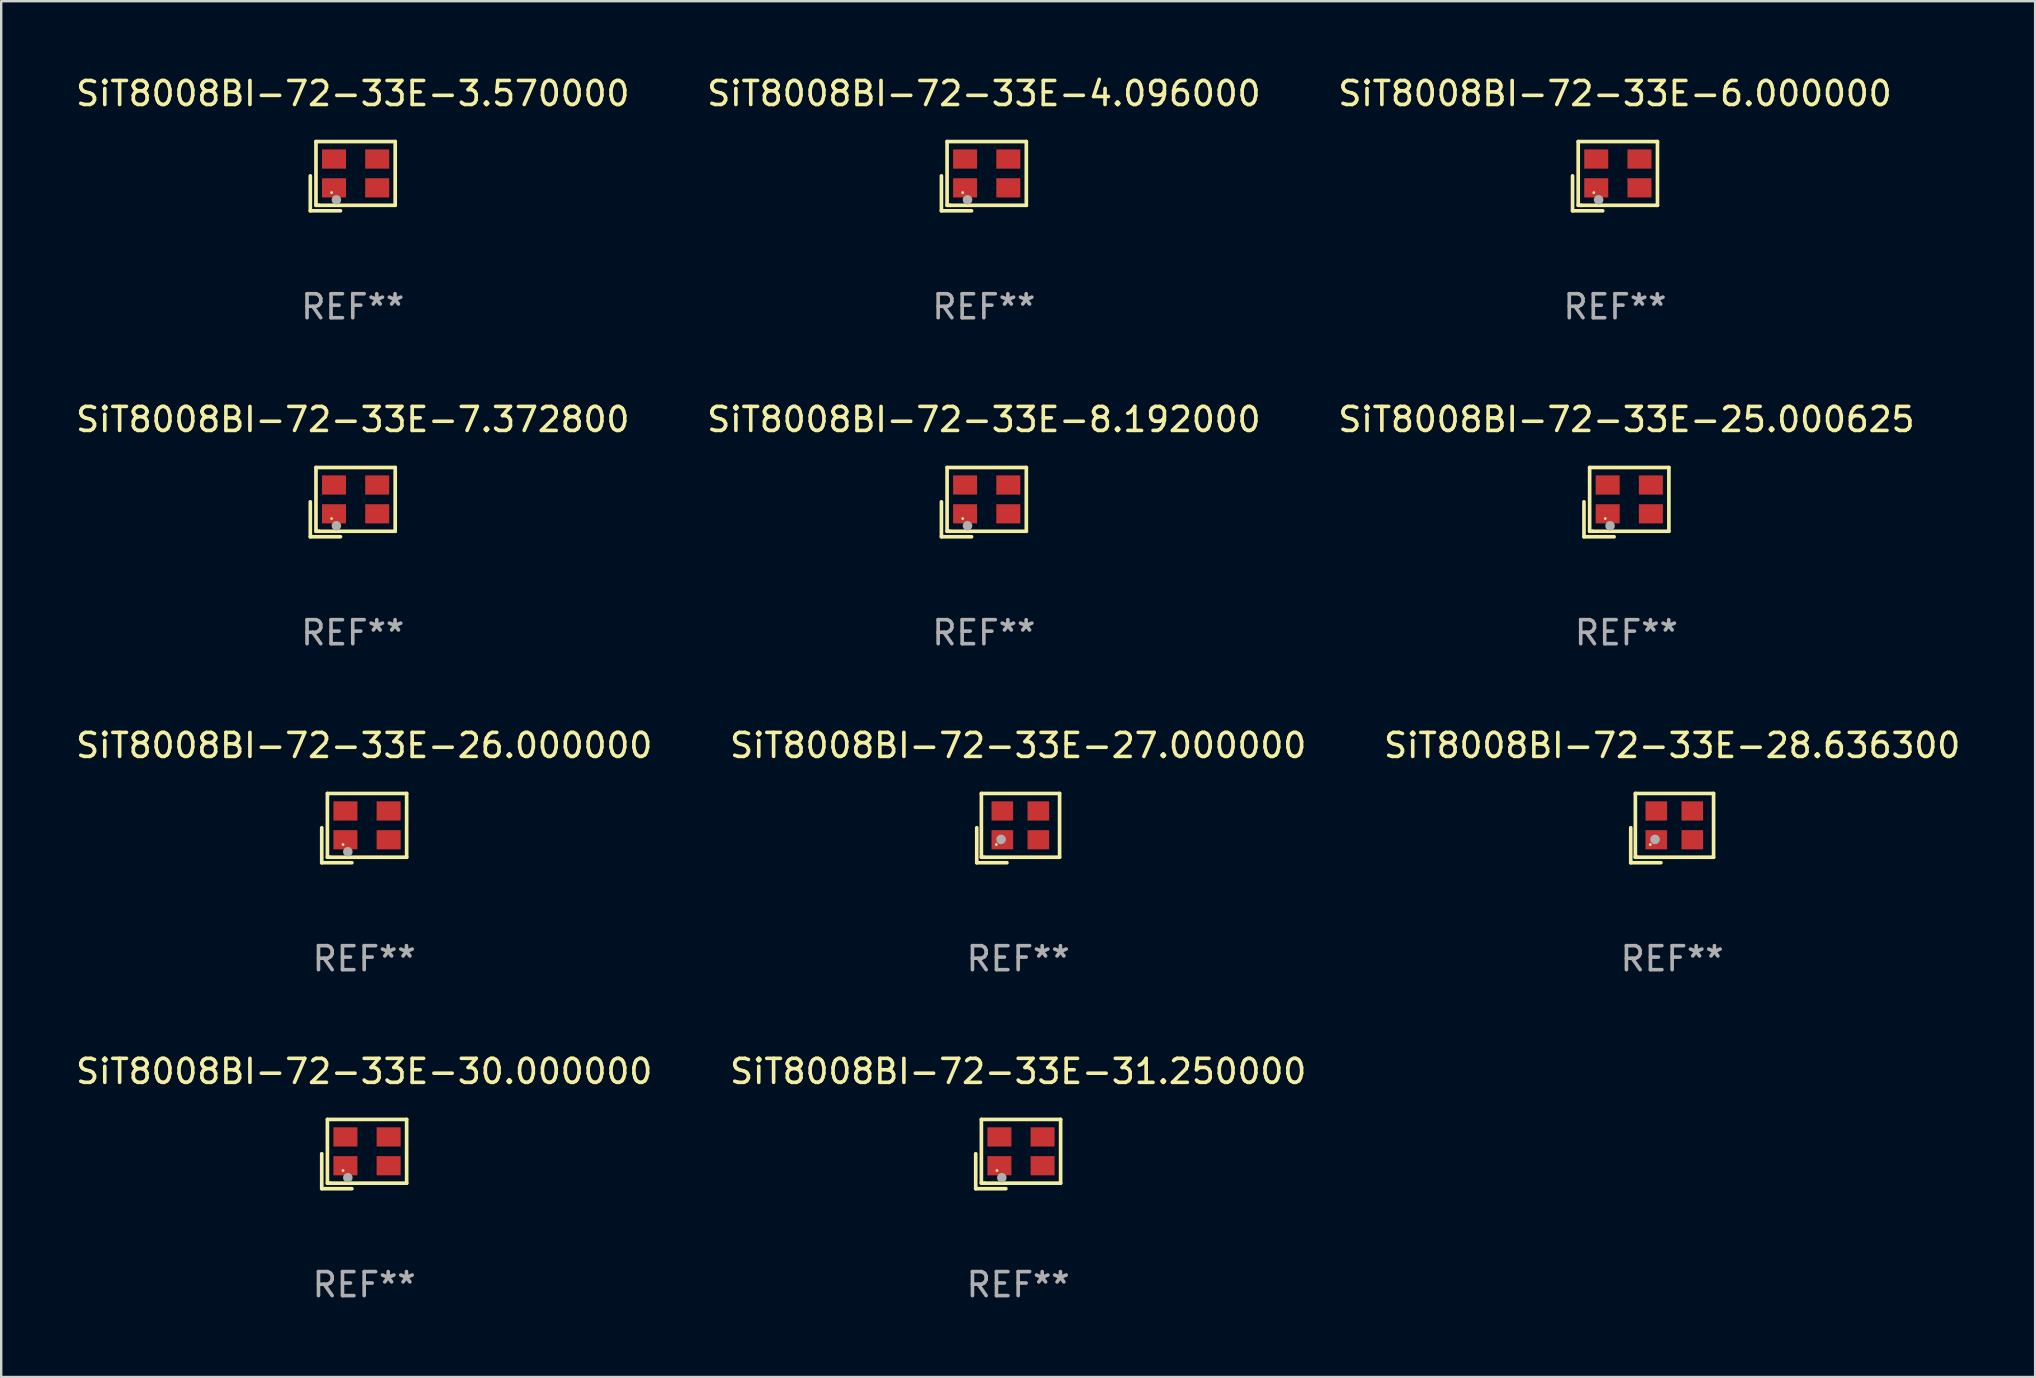
<source format=kicad_pcb>
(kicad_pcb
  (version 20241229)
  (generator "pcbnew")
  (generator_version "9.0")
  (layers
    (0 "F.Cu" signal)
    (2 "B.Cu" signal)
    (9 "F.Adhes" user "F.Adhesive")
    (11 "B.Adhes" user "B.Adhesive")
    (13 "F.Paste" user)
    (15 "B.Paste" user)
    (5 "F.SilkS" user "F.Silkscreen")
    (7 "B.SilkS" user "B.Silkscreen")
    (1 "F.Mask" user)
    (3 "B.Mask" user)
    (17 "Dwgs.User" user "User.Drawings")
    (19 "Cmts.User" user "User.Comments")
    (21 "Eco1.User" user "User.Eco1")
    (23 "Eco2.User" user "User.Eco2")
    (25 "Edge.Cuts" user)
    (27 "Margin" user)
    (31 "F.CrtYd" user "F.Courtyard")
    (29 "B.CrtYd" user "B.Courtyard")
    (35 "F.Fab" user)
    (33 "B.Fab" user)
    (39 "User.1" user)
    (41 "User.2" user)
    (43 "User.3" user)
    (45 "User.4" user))
  (footprint "SiT8008BI-72-33E-30.000000"
    (layer "F.Cu")
    (at 12.125 45.037)
    (property "Reference" "SiT8008BI-72-33E-30.000000" (at 0 -3.443 0) (layer "F.SilkS") (effects (font (size 1 1) (thickness 0.15))))
    (attr through_hole)
    (fp_line (start -1.769 -0.014) (end -1.769 1.443) (stroke (width 0.152) (type solid)) (layer "F.SilkS"))
    (fp_line (start -1.769 1.443) (end -0.512 1.443) (stroke (width 0.152) (type solid)) (layer "F.SilkS"))
    (fp_line (start -1.533 -1.443) (end 1.769 -1.443) (stroke (width 0.152) (type solid)) (layer "F.SilkS"))
    (fp_line (start -1.533 1.214) (end -1.533 -1.443) (stroke (width 0.152) (type solid)) (layer "F.SilkS"))
    (fp_line (start -1.411 1.214) (end -1.533 1.214) (stroke (width 0.152) (type solid)) (layer "F.SilkS"))
    (fp_line (start 1.769 -1.443) (end 1.769 1.214) (stroke (width 0.152) (type solid)) (layer "F.SilkS"))
    (fp_line (start 1.769 1.214) (end -1.411 1.214) (stroke (width 0.152) (type solid)) (layer "F.SilkS"))
    (fp_circle (center -0.882 0.686) (end -0.852 0.686) (stroke (width 0.06) (type solid)) (fill no) (layer "F.SilkS"))
    (fp_circle (center -0.682 0.986) (end -0.582 0.986) (stroke (width 0.2) (type solid)) (fill no) (layer "F.Fab"))
    (fp_text user "REF**" (at 0 5.443 0) (layer "F.Fab") (effects (font (size 1 1) (thickness 0.15))))
    (pad "1" smd rect (at -0.782 0.486 90) (size 0.8 1) (layers "F.Cu" "F.Mask" "F.Paste"))
    (pad "2" smd rect (at 1.018 0.486 90) (size 0.8 1) (layers "F.Cu" "F.Mask" "F.Paste"))
    (pad "3" smd rect (at 1.018 -0.714 90) (size 0.8 1) (layers "F.Cu" "F.Mask" "F.Paste"))
    (pad "4" smd rect (at -0.782 -0.714 90) (size 0.8 1) (layers "F.Cu" "F.Mask" "F.Paste")))
  (footprint "SiT8008BI-72-33E-4.096000"
    (layer "F.Cu")
    (at 37.946 4.291)
    (property "Reference" "SiT8008BI-72-33E-4.096000" (at 0 -3.443 0) (layer "F.SilkS") (effects (font (size 1 1) (thickness 0.15))))
    (attr through_hole)
    (fp_line (start -1.769 -0.014) (end -1.769 1.443) (stroke (width 0.152) (type solid)) (layer "F.SilkS"))
    (fp_line (start -1.769 1.443) (end -0.512 1.443) (stroke (width 0.152) (type solid)) (layer "F.SilkS"))
    (fp_line (start -1.533 -1.443) (end 1.769 -1.443) (stroke (width 0.152) (type solid)) (layer "F.SilkS"))
    (fp_line (start -1.533 1.214) (end -1.533 -1.443) (stroke (width 0.152) (type solid)) (layer "F.SilkS"))
    (fp_line (start -1.411 1.214) (end -1.533 1.214) (stroke (width 0.152) (type solid)) (layer "F.SilkS"))
    (fp_line (start 1.769 -1.443) (end 1.769 1.214) (stroke (width 0.152) (type solid)) (layer "F.SilkS"))
    (fp_line (start 1.769 1.214) (end -1.411 1.214) (stroke (width 0.152) (type solid)) (layer "F.SilkS"))
    (fp_circle (center -0.882 0.686) (end -0.852 0.686) (stroke (width 0.06) (type solid)) (fill no) (layer "F.SilkS"))
    (fp_circle (center -0.682 0.986) (end -0.582 0.986) (stroke (width 0.2) (type solid)) (fill no) (layer "F.Fab"))
    (fp_text user "REF**" (at 0 5.443 0) (layer "F.Fab") (effects (font (size 1 1) (thickness 0.15))))
    (pad "1" smd rect (at -0.782 0.486 90) (size 0.8 1) (layers "F.Cu" "F.Mask" "F.Paste"))
    (pad "2" smd rect (at 1.018 0.486 90) (size 0.8 1) (layers "F.Cu" "F.Mask" "F.Paste"))
    (pad "3" smd rect (at 1.018 -0.714 90) (size 0.8 1) (layers "F.Cu" "F.Mask" "F.Paste"))
    (pad "4" smd rect (at -0.782 -0.714 90) (size 0.8 1) (layers "F.Cu" "F.Mask" "F.Paste")))
  (footprint "SiT8008BI-72-33E-27.000000"
    (layer "F.Cu")
    (at 39.375 31.455)
    (property "Reference" "SiT8008BI-72-33E-27.000000" (at 0 -3.443 0) (layer "F.SilkS") (effects (font (size 1 1) (thickness 0.15))))
    (attr through_hole)
    (fp_line (start -1.726 -0.015) (end -1.726 1.443) (stroke (width 0.152) (type solid)) (layer "F.SilkS"))
    (fp_line (start -1.726 1.443) (end -0.469 1.443) (stroke (width 0.152) (type solid)) (layer "F.SilkS"))
    (fp_line (start -1.533 -1.443) (end 1.726 -1.443) (stroke (width 0.152) (type solid)) (layer "F.SilkS"))
    (fp_line (start -1.533 1.214) (end -1.533 -1.443) (stroke (width 0.152) (type solid)) (layer "F.SilkS"))
    (fp_line (start -1.439 1.214) (end -1.533 1.214) (stroke (width 0.152) (type solid)) (layer "F.SilkS"))
    (fp_line (start 1.726 -1.443) (end 1.726 1.214) (stroke (width 0.152) (type solid)) (layer "F.SilkS"))
    (fp_line (start 1.726 1.214) (end -1.439 1.214) (stroke (width 0.152) (type solid)) (layer "F.SilkS"))
    (fp_circle (center -0.91 0.686) (end -0.88 0.686) (stroke (width 0.06) (type solid)) (fill no) (layer "F.SilkS"))
    (fp_circle (center -0.713 0.472) (end -0.613 0.472) (stroke (width 0.2) (type solid)) (fill no) (layer "F.Fab"))
    (fp_text user "REF**" (at 0 5.443 0) (layer "F.Fab") (effects (font (size 1 1) (thickness 0.15))))
    (pad "1" smd rect (at -0.66 0.486) (size 0.9 0.8) (layers "F.Cu" "F.Mask" "F.Paste"))
    (pad "2" smd rect (at 0.84 0.486) (size 0.9 0.8) (layers "F.Cu" "F.Mask" "F.Paste"))
    (pad "3" smd rect (at 0.84 -0.714) (size 0.9 0.8) (layers "F.Cu" "F.Mask" "F.Paste"))
    (pad "4" smd rect (at -0.66 -0.714) (size 0.9 0.8) (layers "F.Cu" "F.Mask" "F.Paste")))
  (footprint "SiT8008BI-72-33E-25.000625"
    (layer "F.Cu")
    (at 64.72 17.873)
    (property "Reference" "SiT8008BI-72-33E-25.000625" (at 0 -3.443 0) (layer "F.SilkS") (effects (font (size 1 1) (thickness 0.15))))
    (attr through_hole)
    (fp_line (start -1.769 -0.014) (end -1.769 1.443) (stroke (width 0.152) (type solid)) (layer "F.SilkS"))
    (fp_line (start -1.769 1.443) (end -0.512 1.443) (stroke (width 0.152) (type solid)) (layer "F.SilkS"))
    (fp_line (start -1.533 -1.443) (end 1.769 -1.443) (stroke (width 0.152) (type solid)) (layer "F.SilkS"))
    (fp_line (start -1.533 1.214) (end -1.533 -1.443) (stroke (width 0.152) (type solid)) (layer "F.SilkS"))
    (fp_line (start -1.411 1.214) (end -1.533 1.214) (stroke (width 0.152) (type solid)) (layer "F.SilkS"))
    (fp_line (start 1.769 -1.443) (end 1.769 1.214) (stroke (width 0.152) (type solid)) (layer "F.SilkS"))
    (fp_line (start 1.769 1.214) (end -1.411 1.214) (stroke (width 0.152) (type solid)) (layer "F.SilkS"))
    (fp_circle (center -0.882 0.686) (end -0.852 0.686) (stroke (width 0.06) (type solid)) (fill no) (layer "F.SilkS"))
    (fp_circle (center -0.682 0.986) (end -0.582 0.986) (stroke (width 0.2) (type solid)) (fill no) (layer "F.Fab"))
    (fp_text user "REF**" (at 0 5.443 0) (layer "F.Fab") (effects (font (size 1 1) (thickness 0.15))))
    (pad "1" smd rect (at -0.782 0.486 90) (size 0.8 1) (layers "F.Cu" "F.Mask" "F.Paste"))
    (pad "2" smd rect (at 1.018 0.486 90) (size 0.8 1) (layers "F.Cu" "F.Mask" "F.Paste"))
    (pad "3" smd rect (at 1.018 -0.714 90) (size 0.8 1) (layers "F.Cu" "F.Mask" "F.Paste"))
    (pad "4" smd rect (at -0.782 -0.714 90) (size 0.8 1) (layers "F.Cu" "F.Mask" "F.Paste")))
  (footprint "SiT8008BI-72-33E-31.250000"
    (layer "F.Cu")
    (at 39.375 45.037)
    (property "Reference" "SiT8008BI-72-33E-31.250000" (at 0 -3.443 0) (layer "F.SilkS") (effects (font (size 1 1) (thickness 0.15))))
    (attr through_hole)
    (fp_line (start -1.769 -0.014) (end -1.769 1.443) (stroke (width 0.152) (type solid)) (layer "F.SilkS"))
    (fp_line (start -1.769 1.443) (end -0.512 1.443) (stroke (width 0.152) (type solid)) (layer "F.SilkS"))
    (fp_line (start -1.533 -1.443) (end 1.769 -1.443) (stroke (width 0.152) (type solid)) (layer "F.SilkS"))
    (fp_line (start -1.533 1.214) (end -1.533 -1.443) (stroke (width 0.152) (type solid)) (layer "F.SilkS"))
    (fp_line (start -1.411 1.214) (end -1.533 1.214) (stroke (width 0.152) (type solid)) (layer "F.SilkS"))
    (fp_line (start 1.769 -1.443) (end 1.769 1.214) (stroke (width 0.152) (type solid)) (layer "F.SilkS"))
    (fp_line (start 1.769 1.214) (end -1.411 1.214) (stroke (width 0.152) (type solid)) (layer "F.SilkS"))
    (fp_circle (center -0.882 0.686) (end -0.852 0.686) (stroke (width 0.06) (type solid)) (fill no) (layer "F.SilkS"))
    (fp_circle (center -0.682 0.986) (end -0.582 0.986) (stroke (width 0.2) (type solid)) (fill no) (layer "F.Fab"))
    (fp_text user "REF**" (at 0 5.443 0) (layer "F.Fab") (effects (font (size 1 1) (thickness 0.15))))
    (pad "1" smd rect (at -0.782 0.486 90) (size 0.8 1) (layers "F.Cu" "F.Mask" "F.Paste"))
    (pad "2" smd rect (at 1.018 0.486 90) (size 0.8 1) (layers "F.Cu" "F.Mask" "F.Paste"))
    (pad "3" smd rect (at 1.018 -0.714 90) (size 0.8 1) (layers "F.Cu" "F.Mask" "F.Paste"))
    (pad "4" smd rect (at -0.782 -0.714 90) (size 0.8 1) (layers "F.Cu" "F.Mask" "F.Paste")))
  (footprint "SiT8008BI-72-33E-7.372800"
    (layer "F.Cu")
    (at 11.649 17.873)
    (property "Reference" "SiT8008BI-72-33E-7.372800" (at 0 -3.443 0) (layer "F.SilkS") (effects (font (size 1 1) (thickness 0.15))))
    (attr through_hole)
    (fp_line (start -1.769 -0.014) (end -1.769 1.443) (stroke (width 0.152) (type solid)) (layer "F.SilkS"))
    (fp_line (start -1.769 1.443) (end -0.512 1.443) (stroke (width 0.152) (type solid)) (layer "F.SilkS"))
    (fp_line (start -1.533 -1.443) (end 1.769 -1.443) (stroke (width 0.152) (type solid)) (layer "F.SilkS"))
    (fp_line (start -1.533 1.214) (end -1.533 -1.443) (stroke (width 0.152) (type solid)) (layer "F.SilkS"))
    (fp_line (start -1.411 1.214) (end -1.533 1.214) (stroke (width 0.152) (type solid)) (layer "F.SilkS"))
    (fp_line (start 1.769 -1.443) (end 1.769 1.214) (stroke (width 0.152) (type solid)) (layer "F.SilkS"))
    (fp_line (start 1.769 1.214) (end -1.411 1.214) (stroke (width 0.152) (type solid)) (layer "F.SilkS"))
    (fp_circle (center -0.882 0.686) (end -0.852 0.686) (stroke (width 0.06) (type solid)) (fill no) (layer "F.SilkS"))
    (fp_circle (center -0.682 0.986) (end -0.582 0.986) (stroke (width 0.2) (type solid)) (fill no) (layer "F.Fab"))
    (fp_text user "REF**" (at 0 5.443 0) (layer "F.Fab") (effects (font (size 1 1) (thickness 0.15))))
    (pad "1" smd rect (at -0.782 0.486 90) (size 0.8 1) (layers "F.Cu" "F.Mask" "F.Paste"))
    (pad "2" smd rect (at 1.018 0.486 90) (size 0.8 1) (layers "F.Cu" "F.Mask" "F.Paste"))
    (pad "3" smd rect (at 1.018 -0.714 90) (size 0.8 1) (layers "F.Cu" "F.Mask" "F.Paste"))
    (pad "4" smd rect (at -0.782 -0.714 90) (size 0.8 1) (layers "F.Cu" "F.Mask" "F.Paste")))
  (footprint "SiT8008BI-72-33E-6.000000"
    (layer "F.Cu")
    (at 64.244 4.291)
    (property "Reference" "SiT8008BI-72-33E-6.000000" (at 0 -3.443 0) (layer "F.SilkS") (effects (font (size 1 1) (thickness 0.15))))
    (attr through_hole)
    (fp_line (start -1.769 -0.014) (end -1.769 1.443) (stroke (width 0.152) (type solid)) (layer "F.SilkS"))
    (fp_line (start -1.769 1.443) (end -0.512 1.443) (stroke (width 0.152) (type solid)) (layer "F.SilkS"))
    (fp_line (start -1.533 -1.443) (end 1.769 -1.443) (stroke (width 0.152) (type solid)) (layer "F.SilkS"))
    (fp_line (start -1.533 1.214) (end -1.533 -1.443) (stroke (width 0.152) (type solid)) (layer "F.SilkS"))
    (fp_line (start -1.411 1.214) (end -1.533 1.214) (stroke (width 0.152) (type solid)) (layer "F.SilkS"))
    (fp_line (start 1.769 -1.443) (end 1.769 1.214) (stroke (width 0.152) (type solid)) (layer "F.SilkS"))
    (fp_line (start 1.769 1.214) (end -1.411 1.214) (stroke (width 0.152) (type solid)) (layer "F.SilkS"))
    (fp_circle (center -0.882 0.686) (end -0.852 0.686) (stroke (width 0.06) (type solid)) (fill no) (layer "F.SilkS"))
    (fp_circle (center -0.682 0.986) (end -0.582 0.986) (stroke (width 0.2) (type solid)) (fill no) (layer "F.Fab"))
    (fp_text user "REF**" (at 0 5.443 0) (layer "F.Fab") (effects (font (size 1 1) (thickness 0.15))))
    (pad "1" smd rect (at -0.782 0.486 90) (size 0.8 1) (layers "F.Cu" "F.Mask" "F.Paste"))
    (pad "2" smd rect (at 1.018 0.486 90) (size 0.8 1) (layers "F.Cu" "F.Mask" "F.Paste"))
    (pad "3" smd rect (at 1.018 -0.714 90) (size 0.8 1) (layers "F.Cu" "F.Mask" "F.Paste"))
    (pad "4" smd rect (at -0.782 -0.714 90) (size 0.8 1) (layers "F.Cu" "F.Mask" "F.Paste")))
  (footprint "SiT8008BI-72-33E-26.000000"
    (layer "F.Cu")
    (at 12.125 31.455)
    (property "Reference" "SiT8008BI-72-33E-26.000000" (at 0 -3.443 0) (layer "F.SilkS") (effects (font (size 1 1) (thickness 0.15))))
    (attr through_hole)
    (fp_line (start -1.769 -0.014) (end -1.769 1.443) (stroke (width 0.152) (type solid)) (layer "F.SilkS"))
    (fp_line (start -1.769 1.443) (end -0.512 1.443) (stroke (width 0.152) (type solid)) (layer "F.SilkS"))
    (fp_line (start -1.533 -1.443) (end 1.769 -1.443) (stroke (width 0.152) (type solid)) (layer "F.SilkS"))
    (fp_line (start -1.533 1.214) (end -1.533 -1.443) (stroke (width 0.152) (type solid)) (layer "F.SilkS"))
    (fp_line (start -1.411 1.214) (end -1.533 1.214) (stroke (width 0.152) (type solid)) (layer "F.SilkS"))
    (fp_line (start 1.769 -1.443) (end 1.769 1.214) (stroke (width 0.152) (type solid)) (layer "F.SilkS"))
    (fp_line (start 1.769 1.214) (end -1.411 1.214) (stroke (width 0.152) (type solid)) (layer "F.SilkS"))
    (fp_circle (center -0.882 0.686) (end -0.852 0.686) (stroke (width 0.06) (type solid)) (fill no) (layer "F.SilkS"))
    (fp_circle (center -0.682 0.986) (end -0.582 0.986) (stroke (width 0.2) (type solid)) (fill no) (layer "F.Fab"))
    (fp_text user "REF**" (at 0 5.443 0) (layer "F.Fab") (effects (font (size 1 1) (thickness 0.15))))
    (pad "1" smd rect (at -0.782 0.486 90) (size 0.8 1) (layers "F.Cu" "F.Mask" "F.Paste"))
    (pad "2" smd rect (at 1.018 0.486 90) (size 0.8 1) (layers "F.Cu" "F.Mask" "F.Paste"))
    (pad "3" smd rect (at 1.018 -0.714 90) (size 0.8 1) (layers "F.Cu" "F.Mask" "F.Paste"))
    (pad "4" smd rect (at -0.782 -0.714 90) (size 0.8 1) (layers "F.Cu" "F.Mask" "F.Paste")))
  (footprint "SiT8008BI-72-33E-3.570000"
    (layer "F.Cu")
    (at 11.649 4.291)
    (property "Reference" "SiT8008BI-72-33E-3.570000" (at 0 -3.443 0) (layer "F.SilkS") (effects (font (size 1 1) (thickness 0.15))))
    (attr through_hole)
    (fp_line (start -1.769 -0.014) (end -1.769 1.443) (stroke (width 0.152) (type solid)) (layer "F.SilkS"))
    (fp_line (start -1.769 1.443) (end -0.512 1.443) (stroke (width 0.152) (type solid)) (layer "F.SilkS"))
    (fp_line (start -1.533 -1.443) (end 1.769 -1.443) (stroke (width 0.152) (type solid)) (layer "F.SilkS"))
    (fp_line (start -1.533 1.214) (end -1.533 -1.443) (stroke (width 0.152) (type solid)) (layer "F.SilkS"))
    (fp_line (start -1.411 1.214) (end -1.533 1.214) (stroke (width 0.152) (type solid)) (layer "F.SilkS"))
    (fp_line (start 1.769 -1.443) (end 1.769 1.214) (stroke (width 0.152) (type solid)) (layer "F.SilkS"))
    (fp_line (start 1.769 1.214) (end -1.411 1.214) (stroke (width 0.152) (type solid)) (layer "F.SilkS"))
    (fp_circle (center -0.882 0.686) (end -0.852 0.686) (stroke (width 0.06) (type solid)) (fill no) (layer "F.SilkS"))
    (fp_circle (center -0.682 0.986) (end -0.582 0.986) (stroke (width 0.2) (type solid)) (fill no) (layer "F.Fab"))
    (fp_text user "REF**" (at 0 5.443 0) (layer "F.Fab") (effects (font (size 1 1) (thickness 0.15))))
    (pad "1" smd rect (at -0.782 0.486 90) (size 0.8 1) (layers "F.Cu" "F.Mask" "F.Paste"))
    (pad "2" smd rect (at 1.018 0.486 90) (size 0.8 1) (layers "F.Cu" "F.Mask" "F.Paste"))
    (pad "3" smd rect (at 1.018 -0.714 90) (size 0.8 1) (layers "F.Cu" "F.Mask" "F.Paste"))
    (pad "4" smd rect (at -0.782 -0.714 90) (size 0.8 1) (layers "F.Cu" "F.Mask" "F.Paste")))
  (footprint "SiT8008BI-72-33E-28.636300"
    (layer "F.Cu")
    (at 66.625 31.455)
    (property "Reference" "SiT8008BI-72-33E-28.636300" (at 0 -3.443 0) (layer "F.SilkS") (effects (font (size 1 1) (thickness 0.15))))
    (attr through_hole)
    (fp_line (start -1.726 -0.015) (end -1.726 1.443) (stroke (width 0.152) (type solid)) (layer "F.SilkS"))
    (fp_line (start -1.726 1.443) (end -0.469 1.443) (stroke (width 0.152) (type solid)) (layer "F.SilkS"))
    (fp_line (start -1.533 -1.443) (end 1.726 -1.443) (stroke (width 0.152) (type solid)) (layer "F.SilkS"))
    (fp_line (start -1.533 1.214) (end -1.533 -1.443) (stroke (width 0.152) (type solid)) (layer "F.SilkS"))
    (fp_line (start -1.439 1.214) (end -1.533 1.214) (stroke (width 0.152) (type solid)) (layer "F.SilkS"))
    (fp_line (start 1.726 -1.443) (end 1.726 1.214) (stroke (width 0.152) (type solid)) (layer "F.SilkS"))
    (fp_line (start 1.726 1.214) (end -1.439 1.214) (stroke (width 0.152) (type solid)) (layer "F.SilkS"))
    (fp_circle (center -0.91 0.686) (end -0.88 0.686) (stroke (width 0.06) (type solid)) (fill no) (layer "F.SilkS"))
    (fp_circle (center -0.713 0.472) (end -0.613 0.472) (stroke (width 0.2) (type solid)) (fill no) (layer "F.Fab"))
    (fp_text user "REF**" (at 0 5.443 0) (layer "F.Fab") (effects (font (size 1 1) (thickness 0.15))))
    (pad "1" smd rect (at -0.66 0.486) (size 0.9 0.8) (layers "F.Cu" "F.Mask" "F.Paste"))
    (pad "2" smd rect (at 0.84 0.486) (size 0.9 0.8) (layers "F.Cu" "F.Mask" "F.Paste"))
    (pad "3" smd rect (at 0.84 -0.714) (size 0.9 0.8) (layers "F.Cu" "F.Mask" "F.Paste"))
    (pad "4" smd rect (at -0.66 -0.714) (size 0.9 0.8) (layers "F.Cu" "F.Mask" "F.Paste")))
  (footprint "SiT8008BI-72-33E-8.192000"
    (layer "F.Cu")
    (at 37.946 17.873)
    (property "Reference" "SiT8008BI-72-33E-8.192000" (at 0 -3.443 0) (layer "F.SilkS") (effects (font (size 1 1) (thickness 0.15))))
    (attr through_hole)
    (fp_line (start -1.769 -0.014) (end -1.769 1.443) (stroke (width 0.152) (type solid)) (layer "F.SilkS"))
    (fp_line (start -1.769 1.443) (end -0.512 1.443) (stroke (width 0.152) (type solid)) (layer "F.SilkS"))
    (fp_line (start -1.533 -1.443) (end 1.769 -1.443) (stroke (width 0.152) (type solid)) (layer "F.SilkS"))
    (fp_line (start -1.533 1.214) (end -1.533 -1.443) (stroke (width 0.152) (type solid)) (layer "F.SilkS"))
    (fp_line (start -1.411 1.214) (end -1.533 1.214) (stroke (width 0.152) (type solid)) (layer "F.SilkS"))
    (fp_line (start 1.769 -1.443) (end 1.769 1.214) (stroke (width 0.152) (type solid)) (layer "F.SilkS"))
    (fp_line (start 1.769 1.214) (end -1.411 1.214) (stroke (width 0.152) (type solid)) (layer "F.SilkS"))
    (fp_circle (center -0.882 0.686) (end -0.852 0.686) (stroke (width 0.06) (type solid)) (fill no) (layer "F.SilkS"))
    (fp_circle (center -0.682 0.986) (end -0.582 0.986) (stroke (width 0.2) (type solid)) (fill no) (layer "F.Fab"))
    (fp_text user "REF**" (at 0 5.443 0) (layer "F.Fab") (effects (font (size 1 1) (thickness 0.15))))
    (pad "1" smd rect (at -0.782 0.486 90) (size 0.8 1) (layers "F.Cu" "F.Mask" "F.Paste"))
    (pad "2" smd rect (at 1.018 0.486 90) (size 0.8 1) (layers "F.Cu" "F.Mask" "F.Paste"))
    (pad "3" smd rect (at 1.018 -0.714 90) (size 0.8 1) (layers "F.Cu" "F.Mask" "F.Paste"))
    (pad "4" smd rect (at -0.782 -0.714 90) (size 0.8 1) (layers "F.Cu" "F.Mask" "F.Paste")))
  (gr_rect
    (start -3 -3)
    (end 81.75 54.328)
    (stroke (width 0.1) (type default))
    (fill no)
    (layer "Edge.Cuts")))
</source>
